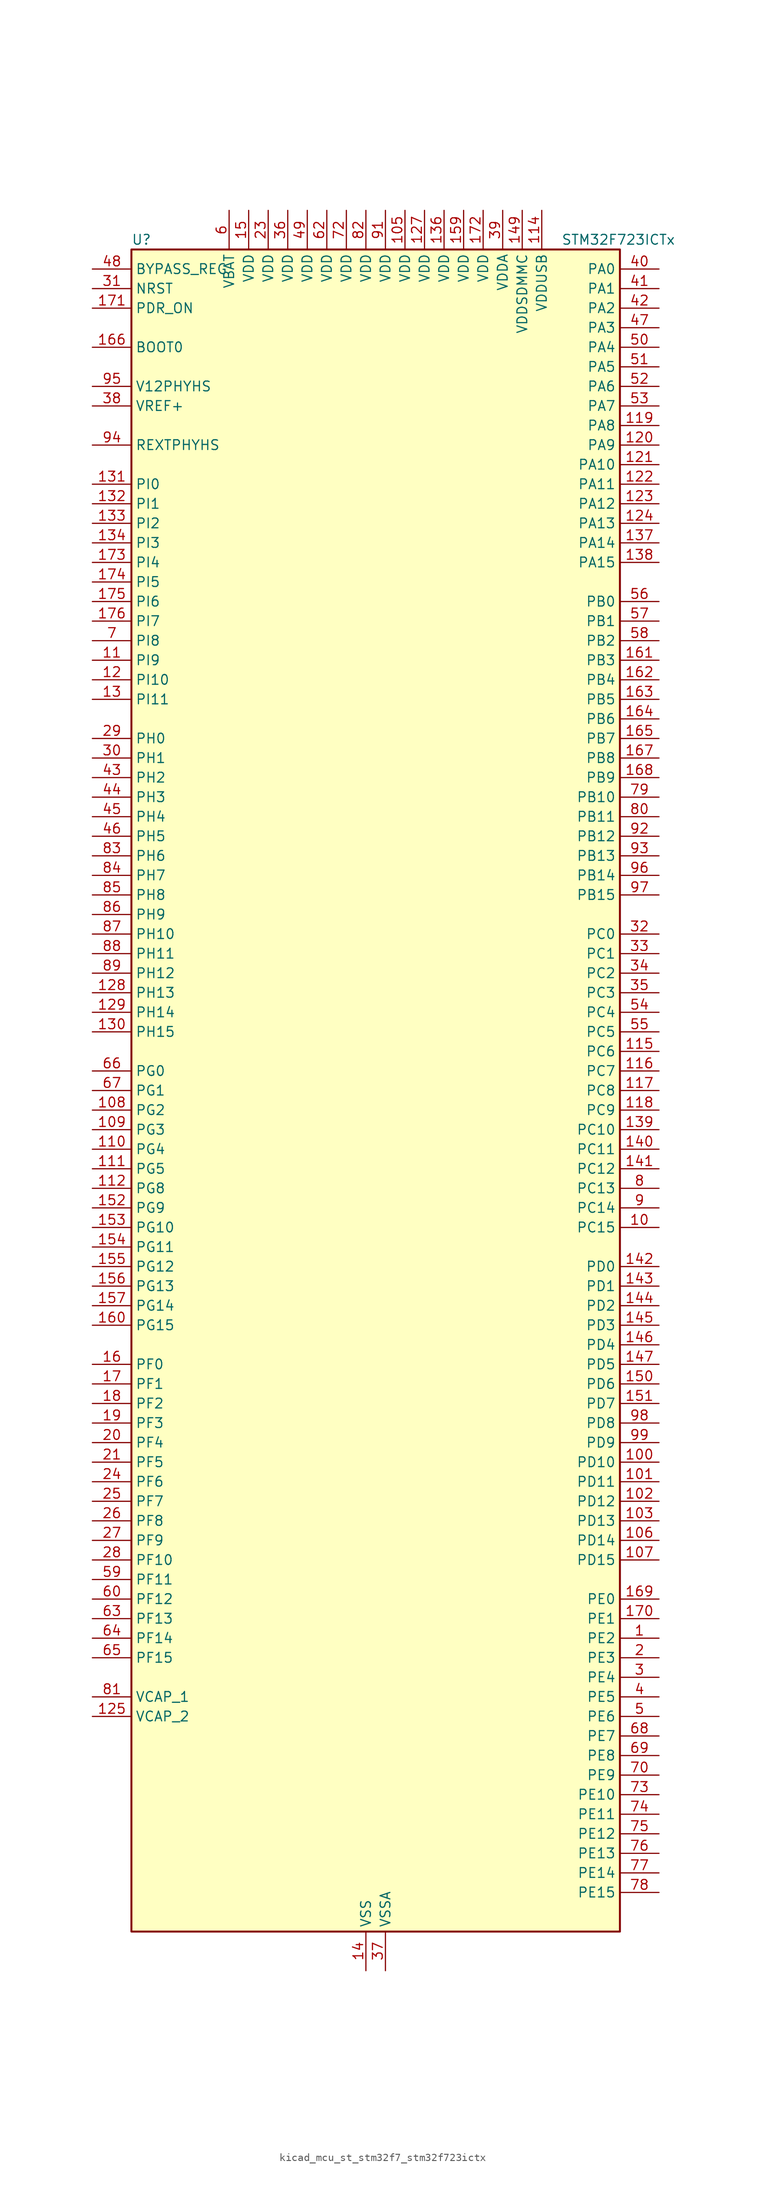
<source format=kicad_sym>
(kicad_symbol_lib
  (version 20220914)
  (generator kicad_symbol_editor)
  (symbol "kicad_mcu_st_stm32f7_stm32f723ictx"
    (property "Reference" "U"
      (at -30.48 110.49 0)
      (effects (font (size 1.27 1.27)) (justify left)))
    (property "Value" "STM32F723ICTx"
      (at 25.4 110.49 0)
      (effects (font (size 1.27 1.27)) (justify left)))
    (property "ki_locked" ""
      (at 0 0 0)
      (effects (font (size 1.27 1.27))))
    (symbol "kicad_mcu_st_stm32f7_stm32f723ictx_0_1"
      (rectangle (start -30.48 -109.22) (end 33.02 109.22) (stroke (width 0.254) (type default)) (fill (type background))))
    (symbol "kicad_mcu_st_stm32f7_stm32f723ictx_1_1"
      (pin bidirectional line (at 38.1 -71.12 180) (length 5.08) (name "PE2" (effects (font (size 1.27 1.27)))) (number "1" (effects (font (size 1.27 1.27)))) (alternate "FMC_A23" bidirectional line) (alternate "QUADSPI_BK1_IO2" bidirectional line) (alternate "SAI1_MCLK_A" bidirectional line) (alternate "SPI4_SCK" bidirectional line) (alternate "SYS_TRACECLK" bidirectional line))
      (pin bidirectional line (at 38.1 -17.78 180) (length 5.08) (name "PC15" (effects (font (size 1.27 1.27)))) (number "10" (effects (font (size 1.27 1.27)))) (alternate "RCC_OSC32_OUT" bidirectional line))
      (pin bidirectional line (at 38.1 -48.26 180) (length 5.08) (name "PD10" (effects (font (size 1.27 1.27)))) (number "100" (effects (font (size 1.27 1.27)))) (alternate "FMC_D15" bidirectional line) (alternate "FMC_DA15" bidirectional line) (alternate "USART3_CK" bidirectional line))
      (pin bidirectional line (at 38.1 -50.8 180) (length 5.08) (name "PD11" (effects (font (size 1.27 1.27)))) (number "101" (effects (font (size 1.27 1.27)))) (alternate "ADC1_EXTI11" bidirectional line) (alternate "ADC2_EXTI11" bidirectional line) (alternate "ADC3_EXTI11" bidirectional line) (alternate "FMC_A16" bidirectional line) (alternate "FMC_CLE" bidirectional line) (alternate "QUADSPI_BK1_IO0" bidirectional line) (alternate "SAI2_SD_A" bidirectional line) (alternate "USART3_CTS" bidirectional line))
      (pin bidirectional line (at 38.1 -53.34 180) (length 5.08) (name "PD12" (effects (font (size 1.27 1.27)))) (number "102" (effects (font (size 1.27 1.27)))) (alternate "FMC_A17" bidirectional line) (alternate "FMC_ALE" bidirectional line) (alternate "LPTIM1_IN1" bidirectional line) (alternate "QUADSPI_BK1_IO1" bidirectional line) (alternate "SAI2_FS_A" bidirectional line) (alternate "TIM4_CH1" bidirectional line) (alternate "USART3_DE" bidirectional line) (alternate "USART3_RTS" bidirectional line))
      (pin bidirectional line (at 38.1 -55.88 180) (length 5.08) (name "PD13" (effects (font (size 1.27 1.27)))) (number "103" (effects (font (size 1.27 1.27)))) (alternate "FMC_A18" bidirectional line) (alternate "LPTIM1_OUT" bidirectional line) (alternate "QUADSPI_BK1_IO3" bidirectional line) (alternate "SAI2_SCK_A" bidirectional line) (alternate "TIM4_CH2" bidirectional line))
      (pin passive line (at 0 -114.3 90) (length 5.08) hide (name "VSS" (effects (font (size 1.27 1.27)))) (number "104" (effects (font (size 1.27 1.27)))))
      (pin power_in line (at 5.08 114.3 270) (length 5.08) (name "VDD" (effects (font (size 1.27 1.27)))) (number "105" (effects (font (size 1.27 1.27)))))
      (pin bidirectional line (at 38.1 -58.42 180) (length 5.08) (name "PD14" (effects (font (size 1.27 1.27)))) (number "106" (effects (font (size 1.27 1.27)))) (alternate "FMC_D0" bidirectional line) (alternate "FMC_DA0" bidirectional line) (alternate "TIM4_CH3" bidirectional line) (alternate "UART8_CTS" bidirectional line))
      (pin bidirectional line (at 38.1 -60.96 180) (length 5.08) (name "PD15" (effects (font (size 1.27 1.27)))) (number "107" (effects (font (size 1.27 1.27)))) (alternate "FMC_D1" bidirectional line) (alternate "FMC_DA1" bidirectional line) (alternate "TIM4_CH4" bidirectional line) (alternate "UART8_DE" bidirectional line) (alternate "UART8_RTS" bidirectional line))
      (pin bidirectional line (at -35.56 -2.54 0) (length 5.08) (name "PG2" (effects (font (size 1.27 1.27)))) (number "108" (effects (font (size 1.27 1.27)))) (alternate "FMC_A12" bidirectional line))
      (pin bidirectional line (at -35.56 -5.08 0) (length 5.08) (name "PG3" (effects (font (size 1.27 1.27)))) (number "109" (effects (font (size 1.27 1.27)))) (alternate "FMC_A13" bidirectional line))
      (pin bidirectional line (at -35.56 55.88 0) (length 5.08) (name "PI9" (effects (font (size 1.27 1.27)))) (number "11" (effects (font (size 1.27 1.27)))) (alternate "CAN1_RX" bidirectional line) (alternate "DAC_EXTI9" bidirectional line) (alternate "FMC_D30" bidirectional line) (alternate "UART4_RX" bidirectional line))
      (pin bidirectional line (at -35.56 -7.62 0) (length 5.08) (name "PG4" (effects (font (size 1.27 1.27)))) (number "110" (effects (font (size 1.27 1.27)))) (alternate "FMC_A14" bidirectional line) (alternate "FMC_BA0" bidirectional line))
      (pin bidirectional line (at -35.56 -10.16 0) (length 5.08) (name "PG5" (effects (font (size 1.27 1.27)))) (number "111" (effects (font (size 1.27 1.27)))) (alternate "FMC_A15" bidirectional line) (alternate "FMC_BA1" bidirectional line))
      (pin bidirectional line (at -35.56 -12.7 0) (length 5.08) (name "PG8" (effects (font (size 1.27 1.27)))) (number "112" (effects (font (size 1.27 1.27)))) (alternate "FMC_SDCLK" bidirectional line) (alternate "USART6_DE" bidirectional line) (alternate "USART6_RTS" bidirectional line))
      (pin passive line (at 0 -114.3 90) (length 5.08) hide (name "VSS" (effects (font (size 1.27 1.27)))) (number "113" (effects (font (size 1.27 1.27)))))
      (pin power_in line (at 22.86 114.3 270) (length 5.08) (name "VDDUSB" (effects (font (size 1.27 1.27)))) (number "114" (effects (font (size 1.27 1.27)))))
      (pin bidirectional line (at 38.1 5.08 180) (length 5.08) (name "PC6" (effects (font (size 1.27 1.27)))) (number "115" (effects (font (size 1.27 1.27)))) (alternate "I2S2_MCK" bidirectional line) (alternate "SDMMC1_D6" bidirectional line) (alternate "SDMMC2_D6" bidirectional line) (alternate "TIM3_CH1" bidirectional line) (alternate "TIM8_CH1" bidirectional line) (alternate "USART6_TX" bidirectional line))
      (pin bidirectional line (at 38.1 2.54 180) (length 5.08) (name "PC7" (effects (font (size 1.27 1.27)))) (number "116" (effects (font (size 1.27 1.27)))) (alternate "I2S3_MCK" bidirectional line) (alternate "SDMMC1_D7" bidirectional line) (alternate "SDMMC2_D7" bidirectional line) (alternate "TIM3_CH2" bidirectional line) (alternate "TIM8_CH2" bidirectional line) (alternate "USART6_RX" bidirectional line))
      (pin bidirectional line (at 38.1 0 180) (length 5.08) (name "PC8" (effects (font (size 1.27 1.27)))) (number "117" (effects (font (size 1.27 1.27)))) (alternate "SDMMC1_D0" bidirectional line) (alternate "SYS_TRACED1" bidirectional line) (alternate "TIM3_CH3" bidirectional line) (alternate "TIM8_CH3" bidirectional line) (alternate "UART5_DE" bidirectional line) (alternate "UART5_RTS" bidirectional line) (alternate "USART6_CK" bidirectional line))
      (pin bidirectional line (at 38.1 -2.54 180) (length 5.08) (name "PC9" (effects (font (size 1.27 1.27)))) (number "118" (effects (font (size 1.27 1.27)))) (alternate "DAC_EXTI9" bidirectional line) (alternate "I2C3_SDA" bidirectional line) (alternate "I2S_CKIN" bidirectional line) (alternate "QUADSPI_BK1_IO0" bidirectional line) (alternate "RCC_MCO_2" bidirectional line) (alternate "SDMMC1_D1" bidirectional line) (alternate "TIM3_CH4" bidirectional line) (alternate "TIM8_CH4" bidirectional line) (alternate "UART5_CTS" bidirectional line))
      (pin bidirectional line (at 38.1 86.36 180) (length 5.08) (name "PA8" (effects (font (size 1.27 1.27)))) (number "119" (effects (font (size 1.27 1.27)))) (alternate "I2C3_SCL" bidirectional line) (alternate "RCC_MCO_1" bidirectional line) (alternate "TIM1_CH1" bidirectional line) (alternate "TIM8_BKIN2" bidirectional line) (alternate "USART1_CK" bidirectional line) (alternate "USB_OTG_FS_SOF" bidirectional line))
      (pin bidirectional line (at -35.56 53.34 0) (length 5.08) (name "PI10" (effects (font (size 1.27 1.27)))) (number "12" (effects (font (size 1.27 1.27)))) (alternate "FMC_D31" bidirectional line))
      (pin bidirectional line (at 38.1 83.82 180) (length 5.08) (name "PA9" (effects (font (size 1.27 1.27)))) (number "120" (effects (font (size 1.27 1.27)))) (alternate "DAC_EXTI9" bidirectional line) (alternate "I2C3_SMBA" bidirectional line) (alternate "I2S2_CK" bidirectional line) (alternate "SPI2_SCK" bidirectional line) (alternate "TIM1_CH2" bidirectional line) (alternate "USART1_TX" bidirectional line) (alternate "USB_OTG_FS_VBUS" bidirectional line))
      (pin bidirectional line (at 38.1 81.28 180) (length 5.08) (name "PA10" (effects (font (size 1.27 1.27)))) (number "121" (effects (font (size 1.27 1.27)))) (alternate "TIM1_CH3" bidirectional line) (alternate "USART1_RX" bidirectional line) (alternate "USB_OTG_FS_ID" bidirectional line))
      (pin bidirectional line (at 38.1 78.74 180) (length 5.08) (name "PA11" (effects (font (size 1.27 1.27)))) (number "122" (effects (font (size 1.27 1.27)))) (alternate "ADC1_EXTI11" bidirectional line) (alternate "ADC2_EXTI11" bidirectional line) (alternate "ADC3_EXTI11" bidirectional line) (alternate "CAN1_RX" bidirectional line) (alternate "TIM1_CH4" bidirectional line) (alternate "USART1_CTS" bidirectional line) (alternate "USB_OTG_FS_DM" bidirectional line))
      (pin bidirectional line (at 38.1 76.2 180) (length 5.08) (name "PA12" (effects (font (size 1.27 1.27)))) (number "123" (effects (font (size 1.27 1.27)))) (alternate "CAN1_TX" bidirectional line) (alternate "SAI2_FS_B" bidirectional line) (alternate "TIM1_ETR" bidirectional line) (alternate "USART1_DE" bidirectional line) (alternate "USART1_RTS" bidirectional line) (alternate "USB_OTG_FS_DP" bidirectional line))
      (pin bidirectional line (at 38.1 73.66 180) (length 5.08) (name "PA13" (effects (font (size 1.27 1.27)))) (number "124" (effects (font (size 1.27 1.27)))) (alternate "SYS_JTMS-SWDIO" bidirectional line))
      (pin power_out line (at -35.56 -81.28 0) (length 5.08) (name "VCAP_2" (effects (font (size 1.27 1.27)))) (number "125" (effects (font (size 1.27 1.27)))))
      (pin passive line (at 0 -114.3 90) (length 5.08) hide (name "VSS" (effects (font (size 1.27 1.27)))) (number "126" (effects (font (size 1.27 1.27)))))
      (pin power_in line (at 7.62 114.3 270) (length 5.08) (name "VDD" (effects (font (size 1.27 1.27)))) (number "127" (effects (font (size 1.27 1.27)))))
      (pin bidirectional line (at -35.56 12.7 0) (length 5.08) (name "PH13" (effects (font (size 1.27 1.27)))) (number "128" (effects (font (size 1.27 1.27)))) (alternate "CAN1_TX" bidirectional line) (alternate "FMC_D21" bidirectional line) (alternate "TIM8_CH1N" bidirectional line) (alternate "UART4_TX" bidirectional line))
      (pin bidirectional line (at -35.56 10.16 0) (length 5.08) (name "PH14" (effects (font (size 1.27 1.27)))) (number "129" (effects (font (size 1.27 1.27)))) (alternate "CAN1_RX" bidirectional line) (alternate "FMC_D22" bidirectional line) (alternate "TIM8_CH2N" bidirectional line) (alternate "UART4_RX" bidirectional line))
      (pin bidirectional line (at -35.56 50.8 0) (length 5.08) (name "PI11" (effects (font (size 1.27 1.27)))) (number "13" (effects (font (size 1.27 1.27)))) (alternate "ADC1_EXTI11" bidirectional line) (alternate "ADC2_EXTI11" bidirectional line) (alternate "ADC3_EXTI11" bidirectional line) (alternate "SYS_WKUP6" bidirectional line))
      (pin bidirectional line (at -35.56 7.62 0) (length 5.08) (name "PH15" (effects (font (size 1.27 1.27)))) (number "130" (effects (font (size 1.27 1.27)))) (alternate "FMC_D23" bidirectional line) (alternate "TIM8_CH3N" bidirectional line))
      (pin bidirectional line (at -35.56 78.74 0) (length 5.08) (name "PI0" (effects (font (size 1.27 1.27)))) (number "131" (effects (font (size 1.27 1.27)))) (alternate "FMC_D24" bidirectional line) (alternate "I2S2_WS" bidirectional line) (alternate "SPI2_NSS" bidirectional line) (alternate "TIM5_CH4" bidirectional line))
      (pin bidirectional line (at -35.56 76.2 0) (length 5.08) (name "PI1" (effects (font (size 1.27 1.27)))) (number "132" (effects (font (size 1.27 1.27)))) (alternate "FMC_D25" bidirectional line) (alternate "I2S2_CK" bidirectional line) (alternate "SPI2_SCK" bidirectional line) (alternate "TIM8_BKIN2" bidirectional line))
      (pin bidirectional line (at -35.56 73.66 0) (length 5.08) (name "PI2" (effects (font (size 1.27 1.27)))) (number "133" (effects (font (size 1.27 1.27)))) (alternate "FMC_D26" bidirectional line) (alternate "SPI2_MISO" bidirectional line) (alternate "TIM8_CH4" bidirectional line))
      (pin bidirectional line (at -35.56 71.12 0) (length 5.08) (name "PI3" (effects (font (size 1.27 1.27)))) (number "134" (effects (font (size 1.27 1.27)))) (alternate "FMC_D27" bidirectional line) (alternate "I2S2_SD" bidirectional line) (alternate "SPI2_MOSI" bidirectional line) (alternate "TIM8_ETR" bidirectional line))
      (pin passive line (at 0 -114.3 90) (length 5.08) hide (name "VSS" (effects (font (size 1.27 1.27)))) (number "135" (effects (font (size 1.27 1.27)))))
      (pin power_in line (at 10.16 114.3 270) (length 5.08) (name "VDD" (effects (font (size 1.27 1.27)))) (number "136" (effects (font (size 1.27 1.27)))))
      (pin bidirectional line (at 38.1 71.12 180) (length 5.08) (name "PA14" (effects (font (size 1.27 1.27)))) (number "137" (effects (font (size 1.27 1.27)))) (alternate "SYS_JTCK-SWCLK" bidirectional line))
      (pin bidirectional line (at 38.1 68.58 180) (length 5.08) (name "PA15" (effects (font (size 1.27 1.27)))) (number "138" (effects (font (size 1.27 1.27)))) (alternate "I2S1_WS" bidirectional line) (alternate "I2S3_WS" bidirectional line) (alternate "SPI1_NSS" bidirectional line) (alternate "SPI3_NSS" bidirectional line) (alternate "SYS_JTDI" bidirectional line) (alternate "TIM2_CH1" bidirectional line) (alternate "TIM2_ETR" bidirectional line) (alternate "UART4_DE" bidirectional line) (alternate "UART4_RTS" bidirectional line))
      (pin bidirectional line (at 38.1 -5.08 180) (length 5.08) (name "PC10" (effects (font (size 1.27 1.27)))) (number "139" (effects (font (size 1.27 1.27)))) (alternate "I2S3_CK" bidirectional line) (alternate "QUADSPI_BK1_IO1" bidirectional line) (alternate "SDMMC1_D2" bidirectional line) (alternate "SPI3_SCK" bidirectional line) (alternate "UART4_TX" bidirectional line) (alternate "USART3_TX" bidirectional line))
      (pin power_in line (at 0 -114.3 90) (length 5.08) (name "VSS" (effects (font (size 1.27 1.27)))) (number "14" (effects (font (size 1.27 1.27)))))
      (pin bidirectional line (at 38.1 -7.62 180) (length 5.08) (name "PC11" (effects (font (size 1.27 1.27)))) (number "140" (effects (font (size 1.27 1.27)))) (alternate "ADC1_EXTI11" bidirectional line) (alternate "ADC2_EXTI11" bidirectional line) (alternate "ADC3_EXTI11" bidirectional line) (alternate "QUADSPI_BK2_NCS" bidirectional line) (alternate "SDMMC1_D3" bidirectional line) (alternate "SPI3_MISO" bidirectional line) (alternate "UART4_RX" bidirectional line) (alternate "USART3_RX" bidirectional line))
      (pin bidirectional line (at 38.1 -10.16 180) (length 5.08) (name "PC12" (effects (font (size 1.27 1.27)))) (number "141" (effects (font (size 1.27 1.27)))) (alternate "I2S3_SD" bidirectional line) (alternate "SDMMC1_CK" bidirectional line) (alternate "SPI3_MOSI" bidirectional line) (alternate "SYS_TRACED3" bidirectional line) (alternate "UART5_TX" bidirectional line) (alternate "USART3_CK" bidirectional line))
      (pin bidirectional line (at 38.1 -22.86 180) (length 5.08) (name "PD0" (effects (font (size 1.27 1.27)))) (number "142" (effects (font (size 1.27 1.27)))) (alternate "CAN1_RX" bidirectional line) (alternate "FMC_D2" bidirectional line) (alternate "FMC_DA2" bidirectional line))
      (pin bidirectional line (at 38.1 -25.4 180) (length 5.08) (name "PD1" (effects (font (size 1.27 1.27)))) (number "143" (effects (font (size 1.27 1.27)))) (alternate "CAN1_TX" bidirectional line) (alternate "FMC_D3" bidirectional line) (alternate "FMC_DA3" bidirectional line))
      (pin bidirectional line (at 38.1 -27.94 180) (length 5.08) (name "PD2" (effects (font (size 1.27 1.27)))) (number "144" (effects (font (size 1.27 1.27)))) (alternate "SDMMC1_CMD" bidirectional line) (alternate "SYS_TRACED2" bidirectional line) (alternate "TIM3_ETR" bidirectional line) (alternate "UART5_RX" bidirectional line))
      (pin bidirectional line (at 38.1 -30.48 180) (length 5.08) (name "PD3" (effects (font (size 1.27 1.27)))) (number "145" (effects (font (size 1.27 1.27)))) (alternate "FMC_CLK" bidirectional line) (alternate "I2S2_CK" bidirectional line) (alternate "SPI2_SCK" bidirectional line) (alternate "USART2_CTS" bidirectional line))
      (pin bidirectional line (at 38.1 -33.02 180) (length 5.08) (name "PD4" (effects (font (size 1.27 1.27)))) (number "146" (effects (font (size 1.27 1.27)))) (alternate "FMC_NOE" bidirectional line) (alternate "USART2_DE" bidirectional line) (alternate "USART2_RTS" bidirectional line))
      (pin bidirectional line (at 38.1 -35.56 180) (length 5.08) (name "PD5" (effects (font (size 1.27 1.27)))) (number "147" (effects (font (size 1.27 1.27)))) (alternate "FMC_NWE" bidirectional line) (alternate "USART2_TX" bidirectional line))
      (pin passive line (at 0 -114.3 90) (length 5.08) hide (name "VSS" (effects (font (size 1.27 1.27)))) (number "148" (effects (font (size 1.27 1.27)))))
      (pin power_in line (at 20.32 114.3 270) (length 5.08) (name "VDDSDMMC" (effects (font (size 1.27 1.27)))) (number "149" (effects (font (size 1.27 1.27)))))
      (pin power_in line (at -15.24 114.3 270) (length 5.08) (name "VDD" (effects (font (size 1.27 1.27)))) (number "15" (effects (font (size 1.27 1.27)))))
      (pin bidirectional line (at 38.1 -38.1 180) (length 5.08) (name "PD6" (effects (font (size 1.27 1.27)))) (number "150" (effects (font (size 1.27 1.27)))) (alternate "FMC_NWAIT" bidirectional line) (alternate "I2S3_SD" bidirectional line) (alternate "SAI1_SD_A" bidirectional line) (alternate "SDMMC2_CK" bidirectional line) (alternate "SPI3_MOSI" bidirectional line) (alternate "USART2_RX" bidirectional line))
      (pin bidirectional line (at 38.1 -40.64 180) (length 5.08) (name "PD7" (effects (font (size 1.27 1.27)))) (number "151" (effects (font (size 1.27 1.27)))) (alternate "FMC_NE1" bidirectional line) (alternate "SDMMC2_CMD" bidirectional line) (alternate "USART2_CK" bidirectional line))
      (pin bidirectional line (at -35.56 -15.24 0) (length 5.08) (name "PG9" (effects (font (size 1.27 1.27)))) (number "152" (effects (font (size 1.27 1.27)))) (alternate "DAC_EXTI9" bidirectional line) (alternate "FMC_NCE" bidirectional line) (alternate "FMC_NE2" bidirectional line) (alternate "QUADSPI_BK2_IO2" bidirectional line) (alternate "SAI2_FS_B" bidirectional line) (alternate "SDMMC2_D0" bidirectional line) (alternate "USART6_RX" bidirectional line))
      (pin bidirectional line (at -35.56 -17.78 0) (length 5.08) (name "PG10" (effects (font (size 1.27 1.27)))) (number "153" (effects (font (size 1.27 1.27)))) (alternate "FMC_NE3" bidirectional line) (alternate "SAI2_SD_B" bidirectional line) (alternate "SDMMC2_D1" bidirectional line))
      (pin bidirectional line (at -35.56 -20.32 0) (length 5.08) (name "PG11" (effects (font (size 1.27 1.27)))) (number "154" (effects (font (size 1.27 1.27)))) (alternate "ADC1_EXTI11" bidirectional line) (alternate "ADC2_EXTI11" bidirectional line) (alternate "ADC3_EXTI11" bidirectional line) (alternate "FMC_INT" bidirectional line) (alternate "SDMMC2_D2" bidirectional line))
      (pin bidirectional line (at -35.56 -22.86 0) (length 5.08) (name "PG12" (effects (font (size 1.27 1.27)))) (number "155" (effects (font (size 1.27 1.27)))) (alternate "FMC_NE4" bidirectional line) (alternate "LPTIM1_IN1" bidirectional line) (alternate "SDMMC2_D3" bidirectional line) (alternate "USART6_DE" bidirectional line) (alternate "USART6_RTS" bidirectional line))
      (pin bidirectional line (at -35.56 -25.4 0) (length 5.08) (name "PG13" (effects (font (size 1.27 1.27)))) (number "156" (effects (font (size 1.27 1.27)))) (alternate "FMC_A24" bidirectional line) (alternate "LPTIM1_OUT" bidirectional line) (alternate "SYS_TRACED0" bidirectional line) (alternate "USART6_CTS" bidirectional line))
      (pin bidirectional line (at -35.56 -27.94 0) (length 5.08) (name "PG14" (effects (font (size 1.27 1.27)))) (number "157" (effects (font (size 1.27 1.27)))) (alternate "FMC_A25" bidirectional line) (alternate "LPTIM1_ETR" bidirectional line) (alternate "QUADSPI_BK2_IO3" bidirectional line) (alternate "SYS_TRACED1" bidirectional line) (alternate "USART6_TX" bidirectional line))
      (pin passive line (at 0 -114.3 90) (length 5.08) hide (name "VSS" (effects (font (size 1.27 1.27)))) (number "158" (effects (font (size 1.27 1.27)))))
      (pin power_in line (at 12.7 114.3 270) (length 5.08) (name "VDD" (effects (font (size 1.27 1.27)))) (number "159" (effects (font (size 1.27 1.27)))))
      (pin bidirectional line (at -35.56 -35.56 0) (length 5.08) (name "PF0" (effects (font (size 1.27 1.27)))) (number "16" (effects (font (size 1.27 1.27)))) (alternate "FMC_A0" bidirectional line) (alternate "I2C2_SDA" bidirectional line))
      (pin bidirectional line (at -35.56 -30.48 0) (length 5.08) (name "PG15" (effects (font (size 1.27 1.27)))) (number "160" (effects (font (size 1.27 1.27)))) (alternate "FMC_SDNCAS" bidirectional line) (alternate "USART6_CTS" bidirectional line))
      (pin bidirectional line (at 38.1 55.88 180) (length 5.08) (name "PB3" (effects (font (size 1.27 1.27)))) (number "161" (effects (font (size 1.27 1.27)))) (alternate "I2S1_CK" bidirectional line) (alternate "I2S3_CK" bidirectional line) (alternate "SDMMC2_D2" bidirectional line) (alternate "SPI1_SCK" bidirectional line) (alternate "SPI3_SCK" bidirectional line) (alternate "SYS_JTDO-SWO" bidirectional line) (alternate "TIM2_CH2" bidirectional line))
      (pin bidirectional line (at 38.1 53.34 180) (length 5.08) (name "PB4" (effects (font (size 1.27 1.27)))) (number "162" (effects (font (size 1.27 1.27)))) (alternate "I2S2_WS" bidirectional line) (alternate "SDMMC2_D3" bidirectional line) (alternate "SPI1_MISO" bidirectional line) (alternate "SPI2_NSS" bidirectional line) (alternate "SPI3_MISO" bidirectional line) (alternate "SYS_JTRST" bidirectional line) (alternate "TIM3_CH1" bidirectional line))
      (pin bidirectional line (at 38.1 50.8 180) (length 5.08) (name "PB5" (effects (font (size 1.27 1.27)))) (number "163" (effects (font (size 1.27 1.27)))) (alternate "FMC_SDCKE1" bidirectional line) (alternate "I2C1_SMBA" bidirectional line) (alternate "I2S1_SD" bidirectional line) (alternate "I2S3_SD" bidirectional line) (alternate "SPI1_MOSI" bidirectional line) (alternate "SPI3_MOSI" bidirectional line) (alternate "TIM3_CH2" bidirectional line))
      (pin bidirectional line (at 38.1 48.26 180) (length 5.08) (name "PB6" (effects (font (size 1.27 1.27)))) (number "164" (effects (font (size 1.27 1.27)))) (alternate "FMC_SDNE1" bidirectional line) (alternate "I2C1_SCL" bidirectional line) (alternate "QUADSPI_BK1_NCS" bidirectional line) (alternate "TIM4_CH1" bidirectional line) (alternate "USART1_TX" bidirectional line))
      (pin bidirectional line (at 38.1 45.72 180) (length 5.08) (name "PB7" (effects (font (size 1.27 1.27)))) (number "165" (effects (font (size 1.27 1.27)))) (alternate "FMC_NL" bidirectional line) (alternate "I2C1_SDA" bidirectional line) (alternate "TIM4_CH2" bidirectional line) (alternate "USART1_RX" bidirectional line))
      (pin input line (at -35.56 96.52 0) (length 5.08) (name "BOOT0" (effects (font (size 1.27 1.27)))) (number "166" (effects (font (size 1.27 1.27)))))
      (pin bidirectional line (at 38.1 43.18 180) (length 5.08) (name "PB8" (effects (font (size 1.27 1.27)))) (number "167" (effects (font (size 1.27 1.27)))) (alternate "CAN1_RX" bidirectional line) (alternate "I2C1_SCL" bidirectional line) (alternate "SDMMC1_D4" bidirectional line) (alternate "SDMMC2_D4" bidirectional line) (alternate "TIM10_CH1" bidirectional line) (alternate "TIM4_CH3" bidirectional line))
      (pin bidirectional line (at 38.1 40.64 180) (length 5.08) (name "PB9" (effects (font (size 1.27 1.27)))) (number "168" (effects (font (size 1.27 1.27)))) (alternate "CAN1_TX" bidirectional line) (alternate "DAC_EXTI9" bidirectional line) (alternate "I2C1_SDA" bidirectional line) (alternate "I2S2_WS" bidirectional line) (alternate "SDMMC1_D5" bidirectional line) (alternate "SDMMC2_D5" bidirectional line) (alternate "SPI2_NSS" bidirectional line) (alternate "TIM11_CH1" bidirectional line) (alternate "TIM4_CH4" bidirectional line))
      (pin bidirectional line (at 38.1 -66.04 180) (length 5.08) (name "PE0" (effects (font (size 1.27 1.27)))) (number "169" (effects (font (size 1.27 1.27)))) (alternate "FMC_NBL0" bidirectional line) (alternate "LPTIM1_ETR" bidirectional line) (alternate "SAI2_MCLK_A" bidirectional line) (alternate "TIM4_ETR" bidirectional line) (alternate "UART8_RX" bidirectional line))
      (pin bidirectional line (at -35.56 -38.1 0) (length 5.08) (name "PF1" (effects (font (size 1.27 1.27)))) (number "17" (effects (font (size 1.27 1.27)))) (alternate "FMC_A1" bidirectional line) (alternate "I2C2_SCL" bidirectional line))
      (pin bidirectional line (at 38.1 -68.58 180) (length 5.08) (name "PE1" (effects (font (size 1.27 1.27)))) (number "170" (effects (font (size 1.27 1.27)))) (alternate "FMC_NBL1" bidirectional line) (alternate "LPTIM1_IN2" bidirectional line) (alternate "UART8_TX" bidirectional line))
      (pin input line (at -35.56 101.6 0) (length 5.08) (name "PDR_ON" (effects (font (size 1.27 1.27)))) (number "171" (effects (font (size 1.27 1.27)))))
      (pin power_in line (at 15.24 114.3 270) (length 5.08) (name "VDD" (effects (font (size 1.27 1.27)))) (number "172" (effects (font (size 1.27 1.27)))))
      (pin bidirectional line (at -35.56 68.58 0) (length 5.08) (name "PI4" (effects (font (size 1.27 1.27)))) (number "173" (effects (font (size 1.27 1.27)))) (alternate "FMC_NBL2" bidirectional line) (alternate "SAI2_MCLK_A" bidirectional line) (alternate "TIM8_BKIN" bidirectional line))
      (pin bidirectional line (at -35.56 66.04 0) (length 5.08) (name "PI5" (effects (font (size 1.27 1.27)))) (number "174" (effects (font (size 1.27 1.27)))) (alternate "FMC_NBL3" bidirectional line) (alternate "SAI2_SCK_A" bidirectional line) (alternate "TIM8_CH1" bidirectional line))
      (pin bidirectional line (at -35.56 63.5 0) (length 5.08) (name "PI6" (effects (font (size 1.27 1.27)))) (number "175" (effects (font (size 1.27 1.27)))) (alternate "FMC_D28" bidirectional line) (alternate "SAI2_SD_A" bidirectional line) (alternate "TIM8_CH2" bidirectional line))
      (pin bidirectional line (at -35.56 60.96 0) (length 5.08) (name "PI7" (effects (font (size 1.27 1.27)))) (number "176" (effects (font (size 1.27 1.27)))) (alternate "FMC_D29" bidirectional line) (alternate "SAI2_FS_A" bidirectional line) (alternate "TIM8_CH3" bidirectional line))
      (pin bidirectional line (at -35.56 -40.64 0) (length 5.08) (name "PF2" (effects (font (size 1.27 1.27)))) (number "18" (effects (font (size 1.27 1.27)))) (alternate "FMC_A2" bidirectional line) (alternate "I2C2_SMBA" bidirectional line))
      (pin bidirectional line (at -35.56 -43.18 0) (length 5.08) (name "PF3" (effects (font (size 1.27 1.27)))) (number "19" (effects (font (size 1.27 1.27)))) (alternate "ADC3_IN9" bidirectional line) (alternate "FMC_A3" bidirectional line))
      (pin bidirectional line (at 38.1 -73.66 180) (length 5.08) (name "PE3" (effects (font (size 1.27 1.27)))) (number "2" (effects (font (size 1.27 1.27)))) (alternate "FMC_A19" bidirectional line) (alternate "SAI1_SD_B" bidirectional line) (alternate "SYS_TRACED0" bidirectional line))
      (pin bidirectional line (at -35.56 -45.72 0) (length 5.08) (name "PF4" (effects (font (size 1.27 1.27)))) (number "20" (effects (font (size 1.27 1.27)))) (alternate "ADC3_IN14" bidirectional line) (alternate "FMC_A4" bidirectional line))
      (pin bidirectional line (at -35.56 -48.26 0) (length 5.08) (name "PF5" (effects (font (size 1.27 1.27)))) (number "21" (effects (font (size 1.27 1.27)))) (alternate "ADC3_IN15" bidirectional line) (alternate "FMC_A5" bidirectional line))
      (pin passive line (at 0 -114.3 90) (length 5.08) hide (name "VSS" (effects (font (size 1.27 1.27)))) (number "22" (effects (font (size 1.27 1.27)))))
      (pin power_in line (at -12.7 114.3 270) (length 5.08) (name "VDD" (effects (font (size 1.27 1.27)))) (number "23" (effects (font (size 1.27 1.27)))))
      (pin bidirectional line (at -35.56 -50.8 0) (length 5.08) (name "PF6" (effects (font (size 1.27 1.27)))) (number "24" (effects (font (size 1.27 1.27)))) (alternate "ADC3_IN4" bidirectional line) (alternate "QUADSPI_BK1_IO3" bidirectional line) (alternate "SAI1_SD_B" bidirectional line) (alternate "SPI5_NSS" bidirectional line) (alternate "TIM10_CH1" bidirectional line) (alternate "UART7_RX" bidirectional line))
      (pin bidirectional line (at -35.56 -53.34 0) (length 5.08) (name "PF7" (effects (font (size 1.27 1.27)))) (number "25" (effects (font (size 1.27 1.27)))) (alternate "ADC3_IN5" bidirectional line) (alternate "QUADSPI_BK1_IO2" bidirectional line) (alternate "SAI1_MCLK_B" bidirectional line) (alternate "SPI5_SCK" bidirectional line) (alternate "TIM11_CH1" bidirectional line) (alternate "UART7_TX" bidirectional line))
      (pin bidirectional line (at -35.56 -55.88 0) (length 5.08) (name "PF8" (effects (font (size 1.27 1.27)))) (number "26" (effects (font (size 1.27 1.27)))) (alternate "ADC3_IN6" bidirectional line) (alternate "QUADSPI_BK1_IO0" bidirectional line) (alternate "SAI1_SCK_B" bidirectional line) (alternate "SPI5_MISO" bidirectional line) (alternate "TIM13_CH1" bidirectional line) (alternate "UART7_DE" bidirectional line) (alternate "UART7_RTS" bidirectional line))
      (pin bidirectional line (at -35.56 -58.42 0) (length 5.08) (name "PF9" (effects (font (size 1.27 1.27)))) (number "27" (effects (font (size 1.27 1.27)))) (alternate "ADC3_IN7" bidirectional line) (alternate "DAC_EXTI9" bidirectional line) (alternate "QUADSPI_BK1_IO1" bidirectional line) (alternate "SAI1_FS_B" bidirectional line) (alternate "SPI5_MOSI" bidirectional line) (alternate "TIM14_CH1" bidirectional line) (alternate "UART7_CTS" bidirectional line))
      (pin bidirectional line (at -35.56 -60.96 0) (length 5.08) (name "PF10" (effects (font (size 1.27 1.27)))) (number "28" (effects (font (size 1.27 1.27)))) (alternate "ADC3_IN8" bidirectional line))
      (pin bidirectional line (at -35.56 45.72 0) (length 5.08) (name "PH0" (effects (font (size 1.27 1.27)))) (number "29" (effects (font (size 1.27 1.27)))) (alternate "RCC_OSC_IN" bidirectional line))
      (pin bidirectional line (at 38.1 -76.2 180) (length 5.08) (name "PE4" (effects (font (size 1.27 1.27)))) (number "3" (effects (font (size 1.27 1.27)))) (alternate "FMC_A20" bidirectional line) (alternate "SAI1_FS_A" bidirectional line) (alternate "SPI4_NSS" bidirectional line) (alternate "SYS_TRACED1" bidirectional line))
      (pin bidirectional line (at -35.56 43.18 0) (length 5.08) (name "PH1" (effects (font (size 1.27 1.27)))) (number "30" (effects (font (size 1.27 1.27)))) (alternate "RCC_OSC_OUT" bidirectional line))
      (pin input line (at -35.56 104.14 0) (length 5.08) (name "NRST" (effects (font (size 1.27 1.27)))) (number "31" (effects (font (size 1.27 1.27)))))
      (pin bidirectional line (at 38.1 20.32 180) (length 5.08) (name "PC0" (effects (font (size 1.27 1.27)))) (number "32" (effects (font (size 1.27 1.27)))) (alternate "ADC1_IN10" bidirectional line) (alternate "ADC2_IN10" bidirectional line) (alternate "ADC3_IN10" bidirectional line) (alternate "FMC_SDNWE" bidirectional line) (alternate "SAI2_FS_B" bidirectional line))
      (pin bidirectional line (at 38.1 17.78 180) (length 5.08) (name "PC1" (effects (font (size 1.27 1.27)))) (number "33" (effects (font (size 1.27 1.27)))) (alternate "ADC1_IN11" bidirectional line) (alternate "ADC2_IN11" bidirectional line) (alternate "ADC3_IN11" bidirectional line) (alternate "I2S2_SD" bidirectional line) (alternate "RTC_TAMP3" bidirectional line) (alternate "RTC_TS" bidirectional line) (alternate "SAI1_SD_A" bidirectional line) (alternate "SPI2_MOSI" bidirectional line) (alternate "SYS_TRACED0" bidirectional line) (alternate "SYS_WKUP3" bidirectional line))
      (pin bidirectional line (at 38.1 15.24 180) (length 5.08) (name "PC2" (effects (font (size 1.27 1.27)))) (number "34" (effects (font (size 1.27 1.27)))) (alternate "ADC1_IN12" bidirectional line) (alternate "ADC2_IN12" bidirectional line) (alternate "ADC3_IN12" bidirectional line) (alternate "FMC_SDNE0" bidirectional line) (alternate "SPI2_MISO" bidirectional line))
      (pin bidirectional line (at 38.1 12.7 180) (length 5.08) (name "PC3" (effects (font (size 1.27 1.27)))) (number "35" (effects (font (size 1.27 1.27)))) (alternate "ADC1_IN13" bidirectional line) (alternate "ADC2_IN13" bidirectional line) (alternate "ADC3_IN13" bidirectional line) (alternate "FMC_SDCKE0" bidirectional line) (alternate "I2S2_SD" bidirectional line) (alternate "SPI2_MOSI" bidirectional line))
      (pin power_in line (at -10.16 114.3 270) (length 5.08) (name "VDD" (effects (font (size 1.27 1.27)))) (number "36" (effects (font (size 1.27 1.27)))))
      (pin power_in line (at 2.54 -114.3 90) (length 5.08) (name "VSSA" (effects (font (size 1.27 1.27)))) (number "37" (effects (font (size 1.27 1.27)))))
      (pin input line (at -35.56 88.9 0) (length 5.08) (name "VREF+" (effects (font (size 1.27 1.27)))) (number "38" (effects (font (size 1.27 1.27)))))
      (pin power_in line (at 17.78 114.3 270) (length 5.08) (name "VDDA" (effects (font (size 1.27 1.27)))) (number "39" (effects (font (size 1.27 1.27)))))
      (pin bidirectional line (at 38.1 -78.74 180) (length 5.08) (name "PE5" (effects (font (size 1.27 1.27)))) (number "4" (effects (font (size 1.27 1.27)))) (alternate "FMC_A21" bidirectional line) (alternate "SAI1_SCK_A" bidirectional line) (alternate "SPI4_MISO" bidirectional line) (alternate "SYS_TRACED2" bidirectional line) (alternate "TIM9_CH1" bidirectional line))
      (pin bidirectional line (at 38.1 106.68 180) (length 5.08) (name "PA0" (effects (font (size 1.27 1.27)))) (number "40" (effects (font (size 1.27 1.27)))) (alternate "ADC1_IN0" bidirectional line) (alternate "ADC2_IN0" bidirectional line) (alternate "ADC3_IN0" bidirectional line) (alternate "SAI2_SD_B" bidirectional line) (alternate "SYS_WKUP1" bidirectional line) (alternate "TIM2_CH1" bidirectional line) (alternate "TIM2_ETR" bidirectional line) (alternate "TIM5_CH1" bidirectional line) (alternate "TIM8_ETR" bidirectional line) (alternate "UART4_TX" bidirectional line) (alternate "USART2_CTS" bidirectional line))
      (pin bidirectional line (at 38.1 104.14 180) (length 5.08) (name "PA1" (effects (font (size 1.27 1.27)))) (number "41" (effects (font (size 1.27 1.27)))) (alternate "ADC1_IN1" bidirectional line) (alternate "ADC2_IN1" bidirectional line) (alternate "ADC3_IN1" bidirectional line) (alternate "QUADSPI_BK1_IO3" bidirectional line) (alternate "SAI2_MCLK_B" bidirectional line) (alternate "TIM2_CH2" bidirectional line) (alternate "TIM5_CH2" bidirectional line) (alternate "UART4_RX" bidirectional line) (alternate "USART2_DE" bidirectional line) (alternate "USART2_RTS" bidirectional line))
      (pin bidirectional line (at 38.1 101.6 180) (length 5.08) (name "PA2" (effects (font (size 1.27 1.27)))) (number "42" (effects (font (size 1.27 1.27)))) (alternate "ADC1_IN2" bidirectional line) (alternate "ADC2_IN2" bidirectional line) (alternate "ADC3_IN2" bidirectional line) (alternate "SAI2_SCK_B" bidirectional line) (alternate "SYS_WKUP2" bidirectional line) (alternate "TIM2_CH3" bidirectional line) (alternate "TIM5_CH3" bidirectional line) (alternate "TIM9_CH1" bidirectional line) (alternate "USART2_TX" bidirectional line))
      (pin bidirectional line (at -35.56 40.64 0) (length 5.08) (name "PH2" (effects (font (size 1.27 1.27)))) (number "43" (effects (font (size 1.27 1.27)))) (alternate "FMC_SDCKE0" bidirectional line) (alternate "LPTIM1_IN2" bidirectional line) (alternate "QUADSPI_BK2_IO0" bidirectional line) (alternate "SAI2_SCK_B" bidirectional line))
      (pin bidirectional line (at -35.56 38.1 0) (length 5.08) (name "PH3" (effects (font (size 1.27 1.27)))) (number "44" (effects (font (size 1.27 1.27)))) (alternate "FMC_SDNE0" bidirectional line) (alternate "QUADSPI_BK2_IO1" bidirectional line) (alternate "SAI2_MCLK_B" bidirectional line))
      (pin bidirectional line (at -35.56 35.56 0) (length 5.08) (name "PH4" (effects (font (size 1.27 1.27)))) (number "45" (effects (font (size 1.27 1.27)))) (alternate "I2C2_SCL" bidirectional line))
      (pin bidirectional line (at -35.56 33.02 0) (length 5.08) (name "PH5" (effects (font (size 1.27 1.27)))) (number "46" (effects (font (size 1.27 1.27)))) (alternate "FMC_SDNWE" bidirectional line) (alternate "I2C2_SDA" bidirectional line) (alternate "SPI5_NSS" bidirectional line))
      (pin bidirectional line (at 38.1 99.06 180) (length 5.08) (name "PA3" (effects (font (size 1.27 1.27)))) (number "47" (effects (font (size 1.27 1.27)))) (alternate "ADC1_IN3" bidirectional line) (alternate "ADC2_IN3" bidirectional line) (alternate "ADC3_IN3" bidirectional line) (alternate "TIM2_CH4" bidirectional line) (alternate "TIM5_CH4" bidirectional line) (alternate "TIM9_CH2" bidirectional line) (alternate "USART2_RX" bidirectional line))
      (pin input line (at -35.56 106.68 0) (length 5.08) (name "BYPASS_REG" (effects (font (size 1.27 1.27)))) (number "48" (effects (font (size 1.27 1.27)))))
      (pin power_in line (at -7.62 114.3 270) (length 5.08) (name "VDD" (effects (font (size 1.27 1.27)))) (number "49" (effects (font (size 1.27 1.27)))))
      (pin bidirectional line (at 38.1 -81.28 180) (length 5.08) (name "PE6" (effects (font (size 1.27 1.27)))) (number "5" (effects (font (size 1.27 1.27)))) (alternate "FMC_A22" bidirectional line) (alternate "SAI1_SD_A" bidirectional line) (alternate "SAI2_MCLK_B" bidirectional line) (alternate "SPI4_MOSI" bidirectional line) (alternate "SYS_TRACED3" bidirectional line) (alternate "TIM1_BKIN2" bidirectional line) (alternate "TIM9_CH2" bidirectional line))
      (pin bidirectional line (at 38.1 96.52 180) (length 5.08) (name "PA4" (effects (font (size 1.27 1.27)))) (number "50" (effects (font (size 1.27 1.27)))) (alternate "ADC1_IN4" bidirectional line) (alternate "ADC2_IN4" bidirectional line) (alternate "DAC_OUT1" bidirectional line) (alternate "I2S1_WS" bidirectional line) (alternate "I2S3_WS" bidirectional line) (alternate "SPI1_NSS" bidirectional line) (alternate "SPI3_NSS" bidirectional line) (alternate "USART2_CK" bidirectional line) (alternate "USB_OTG_HS_SOF" bidirectional line))
      (pin bidirectional line (at 38.1 93.98 180) (length 5.08) (name "PA5" (effects (font (size 1.27 1.27)))) (number "51" (effects (font (size 1.27 1.27)))) (alternate "ADC1_IN5" bidirectional line) (alternate "ADC2_IN5" bidirectional line) (alternate "DAC_OUT2" bidirectional line) (alternate "I2S1_CK" bidirectional line) (alternate "SPI1_SCK" bidirectional line) (alternate "TIM2_CH1" bidirectional line) (alternate "TIM2_ETR" bidirectional line) (alternate "TIM8_CH1N" bidirectional line))
      (pin bidirectional line (at 38.1 91.44 180) (length 5.08) (name "PA6" (effects (font (size 1.27 1.27)))) (number "52" (effects (font (size 1.27 1.27)))) (alternate "ADC1_IN6" bidirectional line) (alternate "ADC2_IN6" bidirectional line) (alternate "SPI1_MISO" bidirectional line) (alternate "TIM13_CH1" bidirectional line) (alternate "TIM1_BKIN" bidirectional line) (alternate "TIM3_CH1" bidirectional line) (alternate "TIM8_BKIN" bidirectional line))
      (pin bidirectional line (at 38.1 88.9 180) (length 5.08) (name "PA7" (effects (font (size 1.27 1.27)))) (number "53" (effects (font (size 1.27 1.27)))) (alternate "ADC1_IN7" bidirectional line) (alternate "ADC2_IN7" bidirectional line) (alternate "FMC_SDNWE" bidirectional line) (alternate "I2S1_SD" bidirectional line) (alternate "SPI1_MOSI" bidirectional line) (alternate "TIM14_CH1" bidirectional line) (alternate "TIM1_CH1N" bidirectional line) (alternate "TIM3_CH2" bidirectional line) (alternate "TIM8_CH1N" bidirectional line))
      (pin bidirectional line (at 38.1 10.16 180) (length 5.08) (name "PC4" (effects (font (size 1.27 1.27)))) (number "54" (effects (font (size 1.27 1.27)))) (alternate "ADC1_IN14" bidirectional line) (alternate "ADC2_IN14" bidirectional line) (alternate "FMC_SDNE0" bidirectional line) (alternate "I2S1_MCK" bidirectional line))
      (pin bidirectional line (at 38.1 7.62 180) (length 5.08) (name "PC5" (effects (font (size 1.27 1.27)))) (number "55" (effects (font (size 1.27 1.27)))) (alternate "ADC1_IN15" bidirectional line) (alternate "ADC2_IN15" bidirectional line) (alternate "FMC_SDCKE0" bidirectional line))
      (pin bidirectional line (at 38.1 63.5 180) (length 5.08) (name "PB0" (effects (font (size 1.27 1.27)))) (number "56" (effects (font (size 1.27 1.27)))) (alternate "ADC1_IN8" bidirectional line) (alternate "ADC2_IN8" bidirectional line) (alternate "TIM1_CH2N" bidirectional line) (alternate "TIM3_CH3" bidirectional line) (alternate "TIM8_CH2N" bidirectional line) (alternate "UART4_CTS" bidirectional line))
      (pin bidirectional line (at 38.1 60.96 180) (length 5.08) (name "PB1" (effects (font (size 1.27 1.27)))) (number "57" (effects (font (size 1.27 1.27)))) (alternate "ADC1_IN9" bidirectional line) (alternate "ADC2_IN9" bidirectional line) (alternate "TIM1_CH3N" bidirectional line) (alternate "TIM3_CH4" bidirectional line) (alternate "TIM8_CH3N" bidirectional line))
      (pin bidirectional line (at 38.1 58.42 180) (length 5.08) (name "PB2" (effects (font (size 1.27 1.27)))) (number "58" (effects (font (size 1.27 1.27)))) (alternate "I2S3_SD" bidirectional line) (alternate "QUADSPI_CLK" bidirectional line) (alternate "SAI1_SD_A" bidirectional line) (alternate "SPI3_MOSI" bidirectional line))
      (pin bidirectional line (at -35.56 -63.5 0) (length 5.08) (name "PF11" (effects (font (size 1.27 1.27)))) (number "59" (effects (font (size 1.27 1.27)))) (alternate "ADC1_EXTI11" bidirectional line) (alternate "ADC2_EXTI11" bidirectional line) (alternate "ADC3_EXTI11" bidirectional line) (alternate "FMC_SDNRAS" bidirectional line) (alternate "SAI2_SD_B" bidirectional line) (alternate "SPI5_MOSI" bidirectional line))
      (pin power_in line (at -17.78 114.3 270) (length 5.08) (name "VBAT" (effects (font (size 1.27 1.27)))) (number "6" (effects (font (size 1.27 1.27)))))
      (pin bidirectional line (at -35.56 -66.04 0) (length 5.08) (name "PF12" (effects (font (size 1.27 1.27)))) (number "60" (effects (font (size 1.27 1.27)))) (alternate "FMC_A6" bidirectional line))
      (pin passive line (at 0 -114.3 90) (length 5.08) hide (name "VSS" (effects (font (size 1.27 1.27)))) (number "61" (effects (font (size 1.27 1.27)))))
      (pin power_in line (at -5.08 114.3 270) (length 5.08) (name "VDD" (effects (font (size 1.27 1.27)))) (number "62" (effects (font (size 1.27 1.27)))))
      (pin bidirectional line (at -35.56 -68.58 0) (length 5.08) (name "PF13" (effects (font (size 1.27 1.27)))) (number "63" (effects (font (size 1.27 1.27)))) (alternate "FMC_A7" bidirectional line))
      (pin bidirectional line (at -35.56 -71.12 0) (length 5.08) (name "PF14" (effects (font (size 1.27 1.27)))) (number "64" (effects (font (size 1.27 1.27)))) (alternate "FMC_A8" bidirectional line))
      (pin bidirectional line (at -35.56 -73.66 0) (length 5.08) (name "PF15" (effects (font (size 1.27 1.27)))) (number "65" (effects (font (size 1.27 1.27)))) (alternate "FMC_A9" bidirectional line))
      (pin bidirectional line (at -35.56 2.54 0) (length 5.08) (name "PG0" (effects (font (size 1.27 1.27)))) (number "66" (effects (font (size 1.27 1.27)))) (alternate "FMC_A10" bidirectional line))
      (pin bidirectional line (at -35.56 0 0) (length 5.08) (name "PG1" (effects (font (size 1.27 1.27)))) (number "67" (effects (font (size 1.27 1.27)))) (alternate "FMC_A11" bidirectional line))
      (pin bidirectional line (at 38.1 -83.82 180) (length 5.08) (name "PE7" (effects (font (size 1.27 1.27)))) (number "68" (effects (font (size 1.27 1.27)))) (alternate "FMC_D4" bidirectional line) (alternate "FMC_DA4" bidirectional line) (alternate "QUADSPI_BK2_IO0" bidirectional line) (alternate "TIM1_ETR" bidirectional line) (alternate "UART7_RX" bidirectional line))
      (pin bidirectional line (at 38.1 -86.36 180) (length 5.08) (name "PE8" (effects (font (size 1.27 1.27)))) (number "69" (effects (font (size 1.27 1.27)))) (alternate "FMC_D5" bidirectional line) (alternate "FMC_DA5" bidirectional line) (alternate "QUADSPI_BK2_IO1" bidirectional line) (alternate "TIM1_CH1N" bidirectional line) (alternate "UART7_TX" bidirectional line))
      (pin bidirectional line (at -35.56 58.42 0) (length 5.08) (name "PI8" (effects (font (size 1.27 1.27)))) (number "7" (effects (font (size 1.27 1.27)))) (alternate "RTC_TAMP2" bidirectional line) (alternate "RTC_TS" bidirectional line) (alternate "SYS_WKUP5" bidirectional line))
      (pin bidirectional line (at 38.1 -88.9 180) (length 5.08) (name "PE9" (effects (font (size 1.27 1.27)))) (number "70" (effects (font (size 1.27 1.27)))) (alternate "DAC_EXTI9" bidirectional line) (alternate "FMC_D6" bidirectional line) (alternate "FMC_DA6" bidirectional line) (alternate "QUADSPI_BK2_IO2" bidirectional line) (alternate "TIM1_CH1" bidirectional line) (alternate "UART7_DE" bidirectional line) (alternate "UART7_RTS" bidirectional line))
      (pin passive line (at 0 -114.3 90) (length 5.08) hide (name "VSS" (effects (font (size 1.27 1.27)))) (number "71" (effects (font (size 1.27 1.27)))))
      (pin power_in line (at -2.54 114.3 270) (length 5.08) (name "VDD" (effects (font (size 1.27 1.27)))) (number "72" (effects (font (size 1.27 1.27)))))
      (pin bidirectional line (at 38.1 -91.44 180) (length 5.08) (name "PE10" (effects (font (size 1.27 1.27)))) (number "73" (effects (font (size 1.27 1.27)))) (alternate "FMC_D7" bidirectional line) (alternate "FMC_DA7" bidirectional line) (alternate "QUADSPI_BK2_IO3" bidirectional line) (alternate "TIM1_CH2N" bidirectional line) (alternate "UART7_CTS" bidirectional line))
      (pin bidirectional line (at 38.1 -93.98 180) (length 5.08) (name "PE11" (effects (font (size 1.27 1.27)))) (number "74" (effects (font (size 1.27 1.27)))) (alternate "ADC1_EXTI11" bidirectional line) (alternate "ADC2_EXTI11" bidirectional line) (alternate "ADC3_EXTI11" bidirectional line) (alternate "FMC_D8" bidirectional line) (alternate "FMC_DA8" bidirectional line) (alternate "SAI2_SD_B" bidirectional line) (alternate "SPI4_NSS" bidirectional line) (alternate "TIM1_CH2" bidirectional line))
      (pin bidirectional line (at 38.1 -96.52 180) (length 5.08) (name "PE12" (effects (font (size 1.27 1.27)))) (number "75" (effects (font (size 1.27 1.27)))) (alternate "FMC_D9" bidirectional line) (alternate "FMC_DA9" bidirectional line) (alternate "SAI2_SCK_B" bidirectional line) (alternate "SPI4_SCK" bidirectional line) (alternate "TIM1_CH3N" bidirectional line))
      (pin bidirectional line (at 38.1 -99.06 180) (length 5.08) (name "PE13" (effects (font (size 1.27 1.27)))) (number "76" (effects (font (size 1.27 1.27)))) (alternate "FMC_D10" bidirectional line) (alternate "FMC_DA10" bidirectional line) (alternate "SAI2_FS_B" bidirectional line) (alternate "SPI4_MISO" bidirectional line) (alternate "TIM1_CH3" bidirectional line))
      (pin bidirectional line (at 38.1 -101.6 180) (length 5.08) (name "PE14" (effects (font (size 1.27 1.27)))) (number "77" (effects (font (size 1.27 1.27)))) (alternate "FMC_D11" bidirectional line) (alternate "FMC_DA11" bidirectional line) (alternate "SAI2_MCLK_B" bidirectional line) (alternate "SPI4_MOSI" bidirectional line) (alternate "TIM1_CH4" bidirectional line))
      (pin bidirectional line (at 38.1 -104.14 180) (length 5.08) (name "PE15" (effects (font (size 1.27 1.27)))) (number "78" (effects (font (size 1.27 1.27)))) (alternate "FMC_D12" bidirectional line) (alternate "FMC_DA12" bidirectional line) (alternate "TIM1_BKIN" bidirectional line))
      (pin bidirectional line (at 38.1 38.1 180) (length 5.08) (name "PB10" (effects (font (size 1.27 1.27)))) (number "79" (effects (font (size 1.27 1.27)))) (alternate "I2C2_SCL" bidirectional line) (alternate "I2S2_CK" bidirectional line) (alternate "SPI2_SCK" bidirectional line) (alternate "TIM2_CH3" bidirectional line) (alternate "USART3_TX" bidirectional line))
      (pin bidirectional line (at 38.1 -12.7 180) (length 5.08) (name "PC13" (effects (font (size 1.27 1.27)))) (number "8" (effects (font (size 1.27 1.27)))) (alternate "RTC_OUT" bidirectional line) (alternate "RTC_TAMP1" bidirectional line) (alternate "RTC_TS" bidirectional line) (alternate "SYS_WKUP4" bidirectional line))
      (pin bidirectional line (at 38.1 35.56 180) (length 5.08) (name "PB11" (effects (font (size 1.27 1.27)))) (number "80" (effects (font (size 1.27 1.27)))) (alternate "ADC1_EXTI11" bidirectional line) (alternate "ADC2_EXTI11" bidirectional line) (alternate "ADC3_EXTI11" bidirectional line) (alternate "I2C2_SDA" bidirectional line) (alternate "TIM2_CH4" bidirectional line) (alternate "USART3_RX" bidirectional line))
      (pin power_out line (at -35.56 -78.74 0) (length 5.08) (name "VCAP_1" (effects (font (size 1.27 1.27)))) (number "81" (effects (font (size 1.27 1.27)))))
      (pin power_in line (at 0 114.3 270) (length 5.08) (name "VDD" (effects (font (size 1.27 1.27)))) (number "82" (effects (font (size 1.27 1.27)))))
      (pin bidirectional line (at -35.56 30.48 0) (length 5.08) (name "PH6" (effects (font (size 1.27 1.27)))) (number "83" (effects (font (size 1.27 1.27)))) (alternate "FMC_SDNE1" bidirectional line) (alternate "I2C2_SMBA" bidirectional line) (alternate "SPI5_SCK" bidirectional line) (alternate "TIM12_CH1" bidirectional line))
      (pin bidirectional line (at -35.56 27.94 0) (length 5.08) (name "PH7" (effects (font (size 1.27 1.27)))) (number "84" (effects (font (size 1.27 1.27)))) (alternate "FMC_SDCKE1" bidirectional line) (alternate "I2C3_SCL" bidirectional line) (alternate "SPI5_MISO" bidirectional line))
      (pin bidirectional line (at -35.56 25.4 0) (length 5.08) (name "PH8" (effects (font (size 1.27 1.27)))) (number "85" (effects (font (size 1.27 1.27)))) (alternate "FMC_D16" bidirectional line) (alternate "I2C3_SDA" bidirectional line))
      (pin bidirectional line (at -35.56 22.86 0) (length 5.08) (name "PH9" (effects (font (size 1.27 1.27)))) (number "86" (effects (font (size 1.27 1.27)))) (alternate "DAC_EXTI9" bidirectional line) (alternate "FMC_D17" bidirectional line) (alternate "I2C3_SMBA" bidirectional line) (alternate "TIM12_CH2" bidirectional line))
      (pin bidirectional line (at -35.56 20.32 0) (length 5.08) (name "PH10" (effects (font (size 1.27 1.27)))) (number "87" (effects (font (size 1.27 1.27)))) (alternate "FMC_D18" bidirectional line) (alternate "TIM5_CH1" bidirectional line))
      (pin bidirectional line (at -35.56 17.78 0) (length 5.08) (name "PH11" (effects (font (size 1.27 1.27)))) (number "88" (effects (font (size 1.27 1.27)))) (alternate "ADC1_EXTI11" bidirectional line) (alternate "ADC2_EXTI11" bidirectional line) (alternate "ADC3_EXTI11" bidirectional line) (alternate "FMC_D19" bidirectional line) (alternate "TIM5_CH2" bidirectional line))
      (pin bidirectional line (at -35.56 15.24 0) (length 5.08) (name "PH12" (effects (font (size 1.27 1.27)))) (number "89" (effects (font (size 1.27 1.27)))) (alternate "FMC_D20" bidirectional line) (alternate "TIM5_CH3" bidirectional line))
      (pin bidirectional line (at 38.1 -15.24 180) (length 5.08) (name "PC14" (effects (font (size 1.27 1.27)))) (number "9" (effects (font (size 1.27 1.27)))) (alternate "RCC_OSC32_IN" bidirectional line))
      (pin passive line (at 0 -114.3 90) (length 5.08) hide (name "VSS" (effects (font (size 1.27 1.27)))) (number "90" (effects (font (size 1.27 1.27)))))
      (pin power_in line (at 2.54 114.3 270) (length 5.08) (name "VDD" (effects (font (size 1.27 1.27)))) (number "91" (effects (font (size 1.27 1.27)))))
      (pin bidirectional line (at 38.1 33.02 180) (length 5.08) (name "PB12" (effects (font (size 1.27 1.27)))) (number "92" (effects (font (size 1.27 1.27)))) (alternate "I2C2_SMBA" bidirectional line) (alternate "I2S2_WS" bidirectional line) (alternate "SPI2_NSS" bidirectional line) (alternate "TIM1_BKIN" bidirectional line) (alternate "USART3_CK" bidirectional line) (alternate "USB_OTG_HS_ID" bidirectional line))
      (pin bidirectional line (at 38.1 30.48 180) (length 5.08) (name "PB13" (effects (font (size 1.27 1.27)))) (number "93" (effects (font (size 1.27 1.27)))) (alternate "I2S2_CK" bidirectional line) (alternate "SPI2_SCK" bidirectional line) (alternate "TIM1_CH1N" bidirectional line) (alternate "USART3_CTS" bidirectional line) (alternate "USB_OTG_HS_VBUS" bidirectional line))
      (pin bidirectional line (at -35.56 83.82 0) (length 5.08) (name "REXTPHYHS" (effects (font (size 1.27 1.27)))) (number "94" (effects (font (size 1.27 1.27)))) (alternate "USB_OTG_HS_REXTPHYHS" bidirectional line))
      (pin power_in line (at -35.56 91.44 0) (length 5.08) (name "V12PHYHS" (effects (font (size 1.27 1.27)))) (number "95" (effects (font (size 1.27 1.27)))))
      (pin bidirectional line (at 38.1 27.94 180) (length 5.08) (name "PB14" (effects (font (size 1.27 1.27)))) (number "96" (effects (font (size 1.27 1.27)))) (alternate "USB_OTG_HS_DM" bidirectional line))
      (pin bidirectional line (at 38.1 25.4 180) (length 5.08) (name "PB15" (effects (font (size 1.27 1.27)))) (number "97" (effects (font (size 1.27 1.27)))) (alternate "USB_OTG_HS_DP" bidirectional line))
      (pin bidirectional line (at 38.1 -43.18 180) (length 5.08) (name "PD8" (effects (font (size 1.27 1.27)))) (number "98" (effects (font (size 1.27 1.27)))) (alternate "FMC_D13" bidirectional line) (alternate "FMC_DA13" bidirectional line) (alternate "USART3_TX" bidirectional line))
      (pin bidirectional line (at 38.1 -45.72 180) (length 5.08) (name "PD9" (effects (font (size 1.27 1.27)))) (number "99" (effects (font (size 1.27 1.27)))) (alternate "DAC_EXTI9" bidirectional line) (alternate "FMC_D14" bidirectional line) (alternate "FMC_DA14" bidirectional line) (alternate "USART3_RX" bidirectional line)))))
</source>
